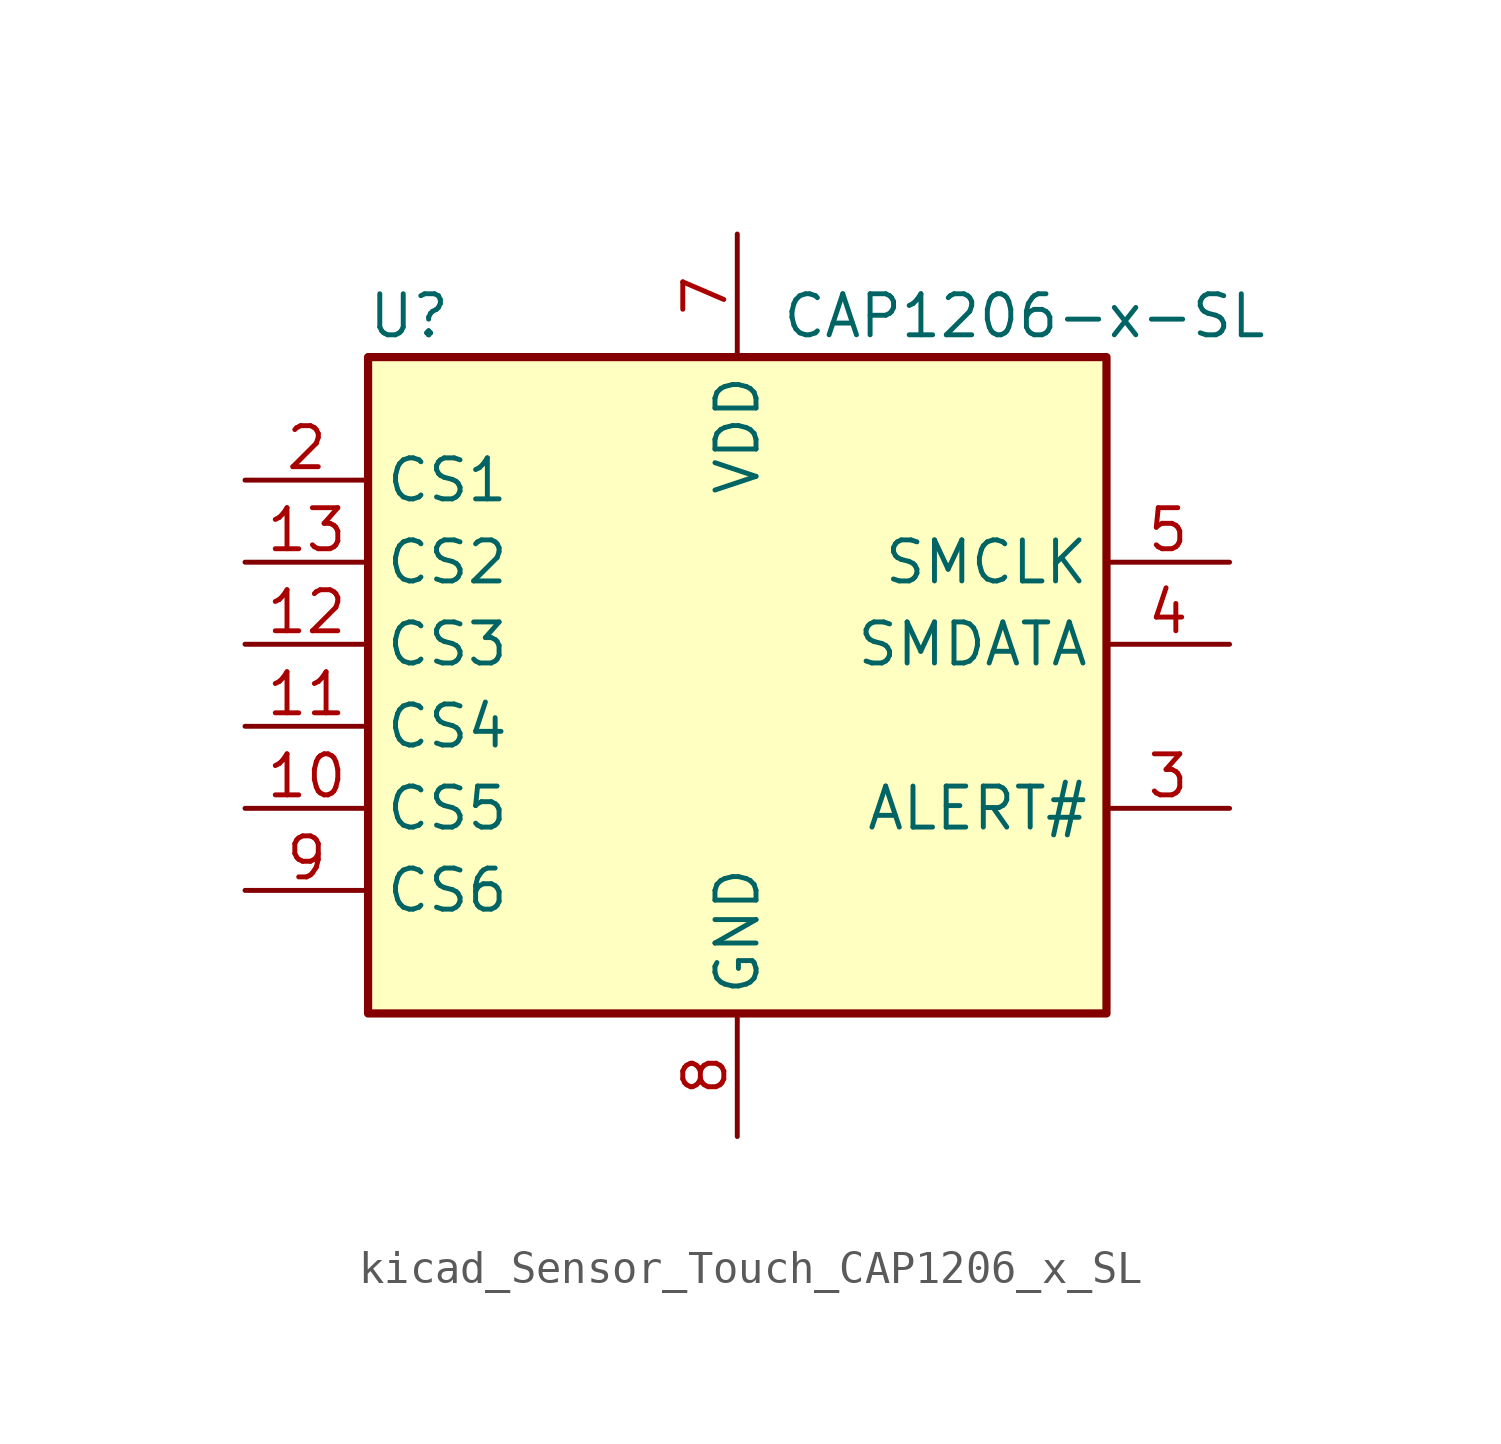
<source format=kicad_sym>
(kicad_symbol_lib
  (version 20220914)
  (generator kicad_symbol_editor)
  (symbol "kicad_Sensor_Touch_CAP1206_x_SL"
    (property "Reference" "U"
      (at -10.16 12.7 0)
      (effects (font (size 1.27 1.27))))
    (property "Value" "CAP1206-x-SL"
      (at 8.89 12.7 0)
      (effects (font (size 1.27 1.27))))
    (symbol "kicad_Sensor_Touch_CAP1206_x_SL_0_1"
      (rectangle (start -11.43 11.43) (end 11.43 -8.89) (stroke (width 0.254) (type default)) (fill (type background))))
    (symbol "kicad_Sensor_Touch_CAP1206_x_SL_1_1"
      (pin passive line (at -15.24 -2.54 0) (length 3.81) (name "CS5" (effects (font (size 1.27 1.27)))) (number "10" (effects (font (size 1.27 1.27)))))
      (pin passive line (at -15.24 0 0) (length 3.81) (name "CS4" (effects (font (size 1.27 1.27)))) (number "11" (effects (font (size 1.27 1.27)))))
      (pin passive line (at -15.24 2.54 0) (length 3.81) (name "CS3" (effects (font (size 1.27 1.27)))) (number "12" (effects (font (size 1.27 1.27)))))
      (pin passive line (at -15.24 5.08 0) (length 3.81) (name "CS2" (effects (font (size 1.27 1.27)))) (number "13" (effects (font (size 1.27 1.27)))))
      (pin passive line (at -15.24 7.62 0) (length 3.81) (name "CS1" (effects (font (size 1.27 1.27)))) (number "2" (effects (font (size 1.27 1.27)))))
      (pin open_collector line (at 15.24 -2.54 180) (length 3.81) (name "ALERT#" (effects (font (size 1.27 1.27)))) (number "3" (effects (font (size 1.27 1.27)))))
      (pin bidirectional line (at 15.24 2.54 180) (length 3.81) (name "SMDATA" (effects (font (size 1.27 1.27)))) (number "4" (effects (font (size 1.27 1.27)))))
      (pin input line (at 15.24 5.08 180) (length 3.81) (name "SMCLK" (effects (font (size 1.27 1.27)))) (number "5" (effects (font (size 1.27 1.27)))))
      (pin power_in line (at 0 15.24 270) (length 3.81) (name "VDD" (effects (font (size 1.27 1.27)))) (number "7" (effects (font (size 1.27 1.27)))))
      (pin power_in line (at 0 -12.7 90) (length 3.81) (name "GND" (effects (font (size 1.27 1.27)))) (number "8" (effects (font (size 1.27 1.27)))))
      (pin passive line (at -15.24 -5.08 0) (length 3.81) (name "CS6" (effects (font (size 1.27 1.27)))) (number "9" (effects (font (size 1.27 1.27))))))))
</source>
